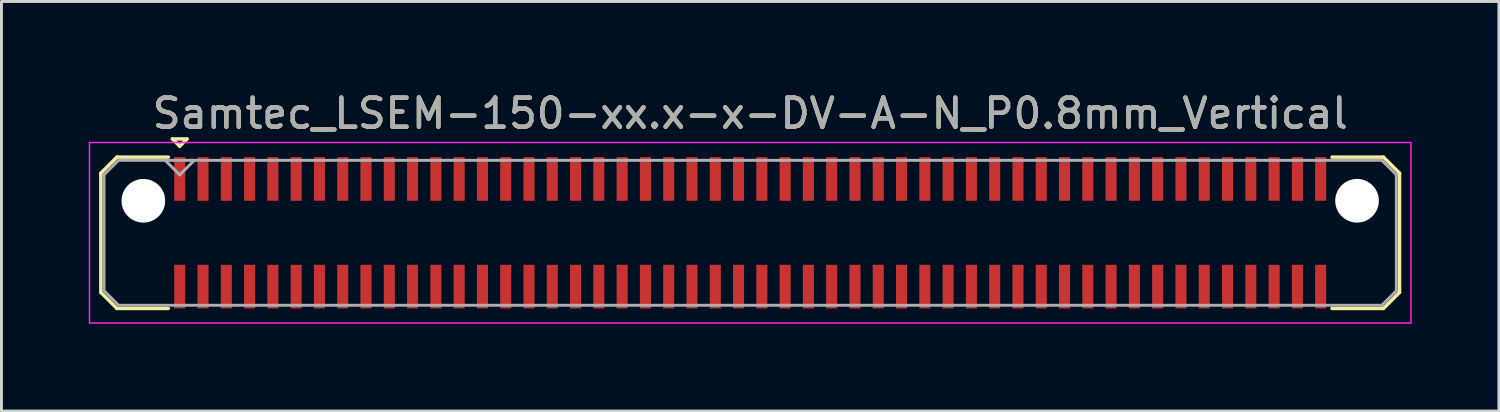
<source format=kicad_pcb>
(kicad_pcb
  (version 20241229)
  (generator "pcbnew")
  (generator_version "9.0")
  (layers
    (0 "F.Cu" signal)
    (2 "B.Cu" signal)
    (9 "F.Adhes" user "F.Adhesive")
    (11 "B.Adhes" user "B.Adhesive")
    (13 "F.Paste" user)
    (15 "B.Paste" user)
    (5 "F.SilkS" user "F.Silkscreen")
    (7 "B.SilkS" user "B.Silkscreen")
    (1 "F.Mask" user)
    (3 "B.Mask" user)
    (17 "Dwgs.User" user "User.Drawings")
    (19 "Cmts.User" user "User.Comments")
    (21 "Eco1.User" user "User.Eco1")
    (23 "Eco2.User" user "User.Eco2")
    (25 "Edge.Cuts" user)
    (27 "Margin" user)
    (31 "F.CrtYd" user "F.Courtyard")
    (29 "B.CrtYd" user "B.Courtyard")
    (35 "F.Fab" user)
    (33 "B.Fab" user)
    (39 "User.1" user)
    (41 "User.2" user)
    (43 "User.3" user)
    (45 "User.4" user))
  (footprint "Samtec_LSEM-150-xx.x-x-DV-A-N_P0.8mm_Vertical"
    (layer "F.Cu")
    (at 22.725 4.948)
    (property "Reference" "Samtec_LSEM-150-xx.x-x-DV-A-N_P0.8mm_Vertical" (at 0 -4.1 0) (layer "F.SilkS") (effects (font (size 1 1) (thickness 0.15))))
    (attr smd)
    (fp_line (start -22.31 -2.047) (end -22.31 2.047) (stroke (width 0.12) (type solid)) (layer "F.SilkS"))
    (fp_line (start -22.31 2.047) (end -21.757 2.6) (stroke (width 0.12) (type solid)) (layer "F.SilkS"))
    (fp_line (start -21.757 -2.6) (end -22.31 -2.047) (stroke (width 0.12) (type solid)) (layer "F.SilkS"))
    (fp_line (start -21.757 2.6) (end -19.99 2.6) (stroke (width 0.12) (type solid)) (layer "F.SilkS"))
    (fp_line (start -19.99 -2.6) (end -21.757 -2.6) (stroke (width 0.12) (type solid)) (layer "F.SilkS"))
    (fp_line (start -19.85 -3.225) (end -19.35 -3.225) (stroke (width 0.12) (type solid)) (layer "F.SilkS"))
    (fp_line (start -19.6 -2.975) (end -19.85 -3.225) (stroke (width 0.12) (type solid)) (layer "F.SilkS"))
    (fp_line (start -19.35 -3.225) (end -19.6 -2.975) (stroke (width 0.12) (type solid)) (layer "F.SilkS"))
    (fp_line (start 19.99 -2.6) (end 21.757 -2.6) (stroke (width 0.12) (type solid)) (layer "F.SilkS"))
    (fp_line (start 21.757 -2.6) (end 22.31 -2.047) (stroke (width 0.12) (type solid)) (layer "F.SilkS"))
    (fp_line (start 21.757 2.6) (end 19.99 2.6) (stroke (width 0.12) (type solid)) (layer "F.SilkS"))
    (fp_line (start 22.31 -2.047) (end 22.31 2.047) (stroke (width 0.12) (type solid)) (layer "F.SilkS"))
    (fp_line (start 22.31 2.047) (end 21.757 2.6) (stroke (width 0.12) (type solid)) (layer "F.SilkS"))
    (fp_line (start -22.7 -3.1) (end -22.7 3.1) (stroke (width 0.05) (type solid)) (layer "F.CrtYd"))
    (fp_line (start -22.7 3.1) (end 22.7 3.1) (stroke (width 0.05) (type solid)) (layer "F.CrtYd"))
    (fp_line (start 22.7 -3.1) (end -22.7 -3.1) (stroke (width 0.05) (type solid)) (layer "F.CrtYd"))
    (fp_line (start 22.7 3.1) (end 22.7 -3.1) (stroke (width 0.05) (type solid)) (layer "F.CrtYd"))
    (fp_line (start -22.2 -1.992) (end -22.2 1.992) (stroke (width 0.1) (type solid)) (layer "F.Fab"))
    (fp_line (start -22.2 1.992) (end -21.702 2.49) (stroke (width 0.1) (type solid)) (layer "F.Fab"))
    (fp_line (start -21.702 -2.49) (end -22.2 -1.992) (stroke (width 0.1) (type solid)) (layer "F.Fab"))
    (fp_line (start -21.702 2.49) (end 21.702 2.49) (stroke (width 0.1) (type solid)) (layer "F.Fab"))
    (fp_line (start -19.6 -1.99) (end -20.1 -2.49) (stroke (width 0.1) (type solid)) (layer "F.Fab"))
    (fp_line (start -19.1 -2.49) (end -19.6 -1.99) (stroke (width 0.1) (type solid)) (layer "F.Fab"))
    (fp_line (start 21.702 -2.49) (end -21.702 -2.49) (stroke (width 0.1) (type solid)) (layer "F.Fab"))
    (fp_line (start 21.702 2.49) (end 22.2 1.992) (stroke (width 0.1) (type solid)) (layer "F.Fab"))
    (fp_line (start 22.2 -1.992) (end 21.702 -2.49) (stroke (width 0.1) (type solid)) (layer "F.Fab"))
    (fp_line (start 22.2 1.992) (end 22.2 -1.992) (stroke (width 0.1) (type solid)) (layer "F.Fab"))
    (fp_text user "${REFERENCE}" (at 0 -4.1 0) (layer "F.Fab") (effects (font (size 1 1) (thickness 0.15))))
    (pad "" np_thru_hole circle (at -20.85 -1.1) (size 1.5 1.5) (drill 1.5) (layers "*.Cu" "*.Mask"))
    (pad "" np_thru_hole circle (at 20.85 -1.1) (size 1.5 1.5) (drill 1.5) (layers "*.Cu" "*.Mask"))
    (pad "1" smd rect (at -19.6 -1.85) (size 0.38 1.5) (layers "F.Cu" "F.Mask" "F.Paste"))
    (pad "2" smd rect (at -19.6 1.85) (size 0.38 1.5) (layers "F.Cu" "F.Mask" "F.Paste"))
    (pad "3" smd rect (at -18.8 -1.85) (size 0.38 1.5) (layers "F.Cu" "F.Mask" "F.Paste"))
    (pad "4" smd rect (at -18.8 1.85) (size 0.38 1.5) (layers "F.Cu" "F.Mask" "F.Paste"))
    (pad "5" smd rect (at -18 -1.85) (size 0.38 1.5) (layers "F.Cu" "F.Mask" "F.Paste"))
    (pad "6" smd rect (at -18 1.85) (size 0.38 1.5) (layers "F.Cu" "F.Mask" "F.Paste"))
    (pad "7" smd rect (at -17.2 -1.85) (size 0.38 1.5) (layers "F.Cu" "F.Mask" "F.Paste"))
    (pad "8" smd rect (at -17.2 1.85) (size 0.38 1.5) (layers "F.Cu" "F.Mask" "F.Paste"))
    (pad "9" smd rect (at -16.4 -1.85) (size 0.38 1.5) (layers "F.Cu" "F.Mask" "F.Paste"))
    (pad "10" smd rect (at -16.4 1.85) (size 0.38 1.5) (layers "F.Cu" "F.Mask" "F.Paste"))
    (pad "11" smd rect (at -15.6 -1.85) (size 0.38 1.5) (layers "F.Cu" "F.Mask" "F.Paste"))
    (pad "12" smd rect (at -15.6 1.85) (size 0.38 1.5) (layers "F.Cu" "F.Mask" "F.Paste"))
    (pad "13" smd rect (at -14.8 -1.85) (size 0.38 1.5) (layers "F.Cu" "F.Mask" "F.Paste"))
    (pad "14" smd rect (at -14.8 1.85) (size 0.38 1.5) (layers "F.Cu" "F.Mask" "F.Paste"))
    (pad "15" smd rect (at -14 -1.85) (size 0.38 1.5) (layers "F.Cu" "F.Mask" "F.Paste"))
    (pad "16" smd rect (at -14 1.85) (size 0.38 1.5) (layers "F.Cu" "F.Mask" "F.Paste"))
    (pad "17" smd rect (at -13.2 -1.85) (size 0.38 1.5) (layers "F.Cu" "F.Mask" "F.Paste"))
    (pad "18" smd rect (at -13.2 1.85) (size 0.38 1.5) (layers "F.Cu" "F.Mask" "F.Paste"))
    (pad "19" smd rect (at -12.4 -1.85) (size 0.38 1.5) (layers "F.Cu" "F.Mask" "F.Paste"))
    (pad "20" smd rect (at -12.4 1.85) (size 0.38 1.5) (layers "F.Cu" "F.Mask" "F.Paste"))
    (pad "21" smd rect (at -11.6 -1.85) (size 0.38 1.5) (layers "F.Cu" "F.Mask" "F.Paste"))
    (pad "22" smd rect (at -11.6 1.85) (size 0.38 1.5) (layers "F.Cu" "F.Mask" "F.Paste"))
    (pad "23" smd rect (at -10.8 -1.85) (size 0.38 1.5) (layers "F.Cu" "F.Mask" "F.Paste"))
    (pad "24" smd rect (at -10.8 1.85) (size 0.38 1.5) (layers "F.Cu" "F.Mask" "F.Paste"))
    (pad "25" smd rect (at -10 -1.85) (size 0.38 1.5) (layers "F.Cu" "F.Mask" "F.Paste"))
    (pad "26" smd rect (at -10 1.85) (size 0.38 1.5) (layers "F.Cu" "F.Mask" "F.Paste"))
    (pad "27" smd rect (at -9.2 -1.85) (size 0.38 1.5) (layers "F.Cu" "F.Mask" "F.Paste"))
    (pad "28" smd rect (at -9.2 1.85) (size 0.38 1.5) (layers "F.Cu" "F.Mask" "F.Paste"))
    (pad "29" smd rect (at -8.4 -1.85) (size 0.38 1.5) (layers "F.Cu" "F.Mask" "F.Paste"))
    (pad "30" smd rect (at -8.4 1.85) (size 0.38 1.5) (layers "F.Cu" "F.Mask" "F.Paste"))
    (pad "31" smd rect (at -7.6 -1.85) (size 0.38 1.5) (layers "F.Cu" "F.Mask" "F.Paste"))
    (pad "32" smd rect (at -7.6 1.85) (size 0.38 1.5) (layers "F.Cu" "F.Mask" "F.Paste"))
    (pad "33" smd rect (at -6.8 -1.85) (size 0.38 1.5) (layers "F.Cu" "F.Mask" "F.Paste"))
    (pad "34" smd rect (at -6.8 1.85) (size 0.38 1.5) (layers "F.Cu" "F.Mask" "F.Paste"))
    (pad "35" smd rect (at -6 -1.85) (size 0.38 1.5) (layers "F.Cu" "F.Mask" "F.Paste"))
    (pad "36" smd rect (at -6 1.85) (size 0.38 1.5) (layers "F.Cu" "F.Mask" "F.Paste"))
    (pad "37" smd rect (at -5.2 -1.85) (size 0.38 1.5) (layers "F.Cu" "F.Mask" "F.Paste"))
    (pad "38" smd rect (at -5.2 1.85) (size 0.38 1.5) (layers "F.Cu" "F.Mask" "F.Paste"))
    (pad "39" smd rect (at -4.4 -1.85) (size 0.38 1.5) (layers "F.Cu" "F.Mask" "F.Paste"))
    (pad "40" smd rect (at -4.4 1.85) (size 0.38 1.5) (layers "F.Cu" "F.Mask" "F.Paste"))
    (pad "41" smd rect (at -3.6 -1.85) (size 0.38 1.5) (layers "F.Cu" "F.Mask" "F.Paste"))
    (pad "42" smd rect (at -3.6 1.85) (size 0.38 1.5) (layers "F.Cu" "F.Mask" "F.Paste"))
    (pad "43" smd rect (at -2.8 -1.85) (size 0.38 1.5) (layers "F.Cu" "F.Mask" "F.Paste"))
    (pad "44" smd rect (at -2.8 1.85) (size 0.38 1.5) (layers "F.Cu" "F.Mask" "F.Paste"))
    (pad "45" smd rect (at -2 -1.85) (size 0.38 1.5) (layers "F.Cu" "F.Mask" "F.Paste"))
    (pad "46" smd rect (at -2 1.85) (size 0.38 1.5) (layers "F.Cu" "F.Mask" "F.Paste"))
    (pad "47" smd rect (at -1.2 -1.85) (size 0.38 1.5) (layers "F.Cu" "F.Mask" "F.Paste"))
    (pad "48" smd rect (at -1.2 1.85) (size 0.38 1.5) (layers "F.Cu" "F.Mask" "F.Paste"))
    (pad "49" smd rect (at -0.4 -1.85) (size 0.38 1.5) (layers "F.Cu" "F.Mask" "F.Paste"))
    (pad "50" smd rect (at -0.4 1.85) (size 0.38 1.5) (layers "F.Cu" "F.Mask" "F.Paste"))
    (pad "51" smd rect (at 0.4 -1.85) (size 0.38 1.5) (layers "F.Cu" "F.Mask" "F.Paste"))
    (pad "52" smd rect (at 0.4 1.85) (size 0.38 1.5) (layers "F.Cu" "F.Mask" "F.Paste"))
    (pad "53" smd rect (at 1.2 -1.85) (size 0.38 1.5) (layers "F.Cu" "F.Mask" "F.Paste"))
    (pad "54" smd rect (at 1.2 1.85) (size 0.38 1.5) (layers "F.Cu" "F.Mask" "F.Paste"))
    (pad "55" smd rect (at 2 -1.85) (size 0.38 1.5) (layers "F.Cu" "F.Mask" "F.Paste"))
    (pad "56" smd rect (at 2 1.85) (size 0.38 1.5) (layers "F.Cu" "F.Mask" "F.Paste"))
    (pad "57" smd rect (at 2.8 -1.85) (size 0.38 1.5) (layers "F.Cu" "F.Mask" "F.Paste"))
    (pad "58" smd rect (at 2.8 1.85) (size 0.38 1.5) (layers "F.Cu" "F.Mask" "F.Paste"))
    (pad "59" smd rect (at 3.6 -1.85) (size 0.38 1.5) (layers "F.Cu" "F.Mask" "F.Paste"))
    (pad "60" smd rect (at 3.6 1.85) (size 0.38 1.5) (layers "F.Cu" "F.Mask" "F.Paste"))
    (pad "61" smd rect (at 4.4 -1.85) (size 0.38 1.5) (layers "F.Cu" "F.Mask" "F.Paste"))
    (pad "62" smd rect (at 4.4 1.85) (size 0.38 1.5) (layers "F.Cu" "F.Mask" "F.Paste"))
    (pad "63" smd rect (at 5.2 -1.85) (size 0.38 1.5) (layers "F.Cu" "F.Mask" "F.Paste"))
    (pad "64" smd rect (at 5.2 1.85) (size 0.38 1.5) (layers "F.Cu" "F.Mask" "F.Paste"))
    (pad "65" smd rect (at 6 -1.85) (size 0.38 1.5) (layers "F.Cu" "F.Mask" "F.Paste"))
    (pad "66" smd rect (at 6 1.85) (size 0.38 1.5) (layers "F.Cu" "F.Mask" "F.Paste"))
    (pad "67" smd rect (at 6.8 -1.85) (size 0.38 1.5) (layers "F.Cu" "F.Mask" "F.Paste"))
    (pad "68" smd rect (at 6.8 1.85) (size 0.38 1.5) (layers "F.Cu" "F.Mask" "F.Paste"))
    (pad "69" smd rect (at 7.6 -1.85) (size 0.38 1.5) (layers "F.Cu" "F.Mask" "F.Paste"))
    (pad "70" smd rect (at 7.6 1.85) (size 0.38 1.5) (layers "F.Cu" "F.Mask" "F.Paste"))
    (pad "71" smd rect (at 8.4 -1.85) (size 0.38 1.5) (layers "F.Cu" "F.Mask" "F.Paste"))
    (pad "72" smd rect (at 8.4 1.85) (size 0.38 1.5) (layers "F.Cu" "F.Mask" "F.Paste"))
    (pad "73" smd rect (at 9.2 -1.85) (size 0.38 1.5) (layers "F.Cu" "F.Mask" "F.Paste"))
    (pad "74" smd rect (at 9.2 1.85) (size 0.38 1.5) (layers "F.Cu" "F.Mask" "F.Paste"))
    (pad "75" smd rect (at 10 -1.85) (size 0.38 1.5) (layers "F.Cu" "F.Mask" "F.Paste"))
    (pad "76" smd rect (at 10 1.85) (size 0.38 1.5) (layers "F.Cu" "F.Mask" "F.Paste"))
    (pad "77" smd rect (at 10.8 -1.85) (size 0.38 1.5) (layers "F.Cu" "F.Mask" "F.Paste"))
    (pad "78" smd rect (at 10.8 1.85) (size 0.38 1.5) (layers "F.Cu" "F.Mask" "F.Paste"))
    (pad "79" smd rect (at 11.6 -1.85) (size 0.38 1.5) (layers "F.Cu" "F.Mask" "F.Paste"))
    (pad "80" smd rect (at 11.6 1.85) (size 0.38 1.5) (layers "F.Cu" "F.Mask" "F.Paste"))
    (pad "81" smd rect (at 12.4 -1.85) (size 0.38 1.5) (layers "F.Cu" "F.Mask" "F.Paste"))
    (pad "82" smd rect (at 12.4 1.85) (size 0.38 1.5) (layers "F.Cu" "F.Mask" "F.Paste"))
    (pad "83" smd rect (at 13.2 -1.85) (size 0.38 1.5) (layers "F.Cu" "F.Mask" "F.Paste"))
    (pad "84" smd rect (at 13.2 1.85) (size 0.38 1.5) (layers "F.Cu" "F.Mask" "F.Paste"))
    (pad "85" smd rect (at 14 -1.85) (size 0.38 1.5) (layers "F.Cu" "F.Mask" "F.Paste"))
    (pad "86" smd rect (at 14 1.85) (size 0.38 1.5) (layers "F.Cu" "F.Mask" "F.Paste"))
    (pad "87" smd rect (at 14.8 -1.85) (size 0.38 1.5) (layers "F.Cu" "F.Mask" "F.Paste"))
    (pad "88" smd rect (at 14.8 1.85) (size 0.38 1.5) (layers "F.Cu" "F.Mask" "F.Paste"))
    (pad "89" smd rect (at 15.6 -1.85) (size 0.38 1.5) (layers "F.Cu" "F.Mask" "F.Paste"))
    (pad "90" smd rect (at 15.6 1.85) (size 0.38 1.5) (layers "F.Cu" "F.Mask" "F.Paste"))
    (pad "91" smd rect (at 16.4 -1.85) (size 0.38 1.5) (layers "F.Cu" "F.Mask" "F.Paste"))
    (pad "92" smd rect (at 16.4 1.85) (size 0.38 1.5) (layers "F.Cu" "F.Mask" "F.Paste"))
    (pad "93" smd rect (at 17.2 -1.85) (size 0.38 1.5) (layers "F.Cu" "F.Mask" "F.Paste"))
    (pad "94" smd rect (at 17.2 1.85) (size 0.38 1.5) (layers "F.Cu" "F.Mask" "F.Paste"))
    (pad "95" smd rect (at 18 -1.85) (size 0.38 1.5) (layers "F.Cu" "F.Mask" "F.Paste"))
    (pad "96" smd rect (at 18 1.85) (size 0.38 1.5) (layers "F.Cu" "F.Mask" "F.Paste"))
    (pad "97" smd rect (at 18.8 -1.85) (size 0.38 1.5) (layers "F.Cu" "F.Mask" "F.Paste"))
    (pad "98" smd rect (at 18.8 1.85) (size 0.38 1.5) (layers "F.Cu" "F.Mask" "F.Paste"))
    (pad "99" smd rect (at 19.6 -1.85) (size 0.38 1.5) (layers "F.Cu" "F.Mask" "F.Paste"))
    (pad "100" smd rect (at 19.6 1.85) (size 0.38 1.5) (layers "F.Cu" "F.Mask" "F.Paste")))
  (gr_rect
    (start -3 -3)
    (end 48.45 11.073)
    (stroke (width 0.1) (type default))
    (fill no)
    (layer "Edge.Cuts")))
</source>
